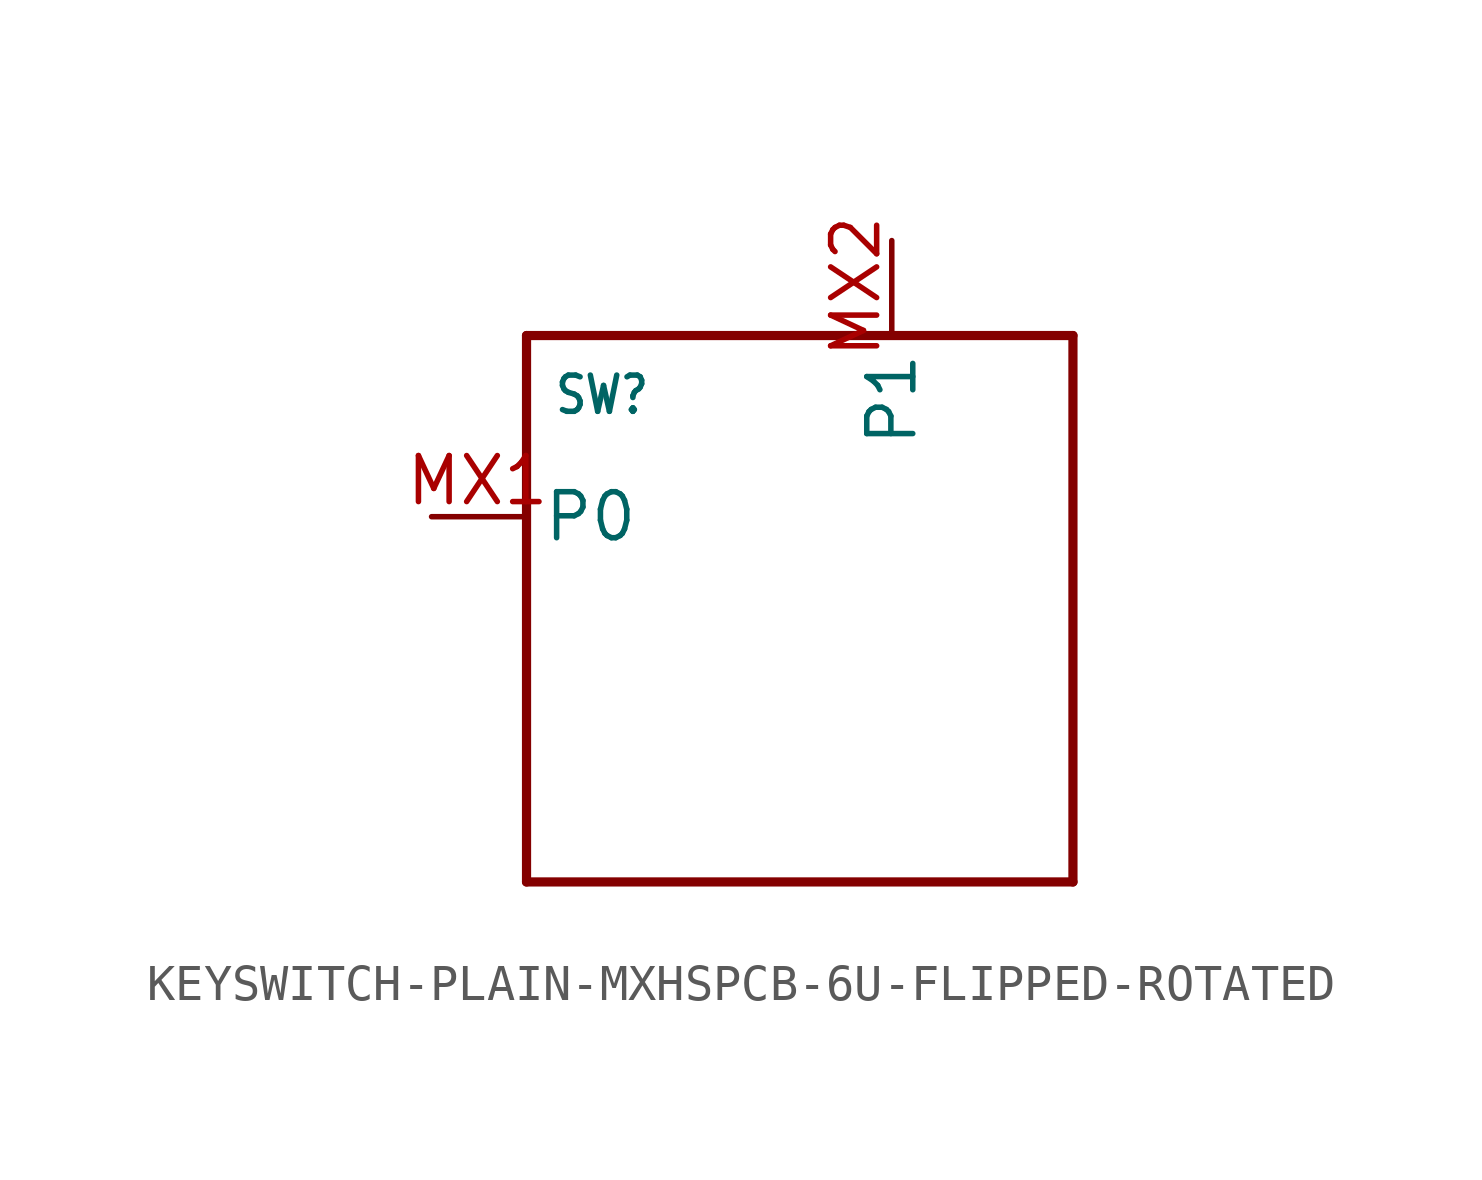
<source format=kicad_sym>
(kicad_symbol_lib
  (version 20211014)
  (generator kicad_symbol_editor)
  (symbol "KEYSWITCH-PLAIN-MXHSPCB-6U-FLIPPED-ROTATED"
    (property "Reference" "SW"
      (at -6.81 5.318 0)
      (effects (font (size 1 0.85)) (justify left bottom)))
    (property "ki_locked" ""
      (at 0 0 0)
      (effects (font (size 1.27 1.27))))
    (symbol "KEYSWITCH-PLAIN-MXHSPCB-6U-FLIPPED-ROTATED_1_0"
      (polyline (pts (xy -7.54 -7.54) (xy -7.54 7.54)) (stroke (width 0.254) (type default) (color 0 0 0 0)) (fill (type none)))
      (polyline (pts (xy -7.54 7.54) (xy 7.54 7.54)) (stroke (width 0.254) (type default) (color 0 0 0 0)) (fill (type none)))
      (polyline (pts (xy 7.54 -7.54) (xy -7.54 -7.54)) (stroke (width 0.254) (type default) (color 0 0 0 0)) (fill (type none)))
      (polyline (pts (xy 7.54 7.54) (xy 7.54 -7.54)) (stroke (width 0.254) (type default) (color 0 0 0 0)) (fill (type none)))
      (pin bidirectional line (at -10.16 2.54 0) (length 2.54) (name "P0" (effects (font (size 1.27 1.27)))) (number "MX1" (effects (font (size 1.27 1.27)))))
      (pin bidirectional line (at 2.54 10.16 270) (length 2.54) (name "P1" (effects (font (size 1.27 1.27)))) (number "MX2" (effects (font (size 1.27 1.27))))))))
</source>
